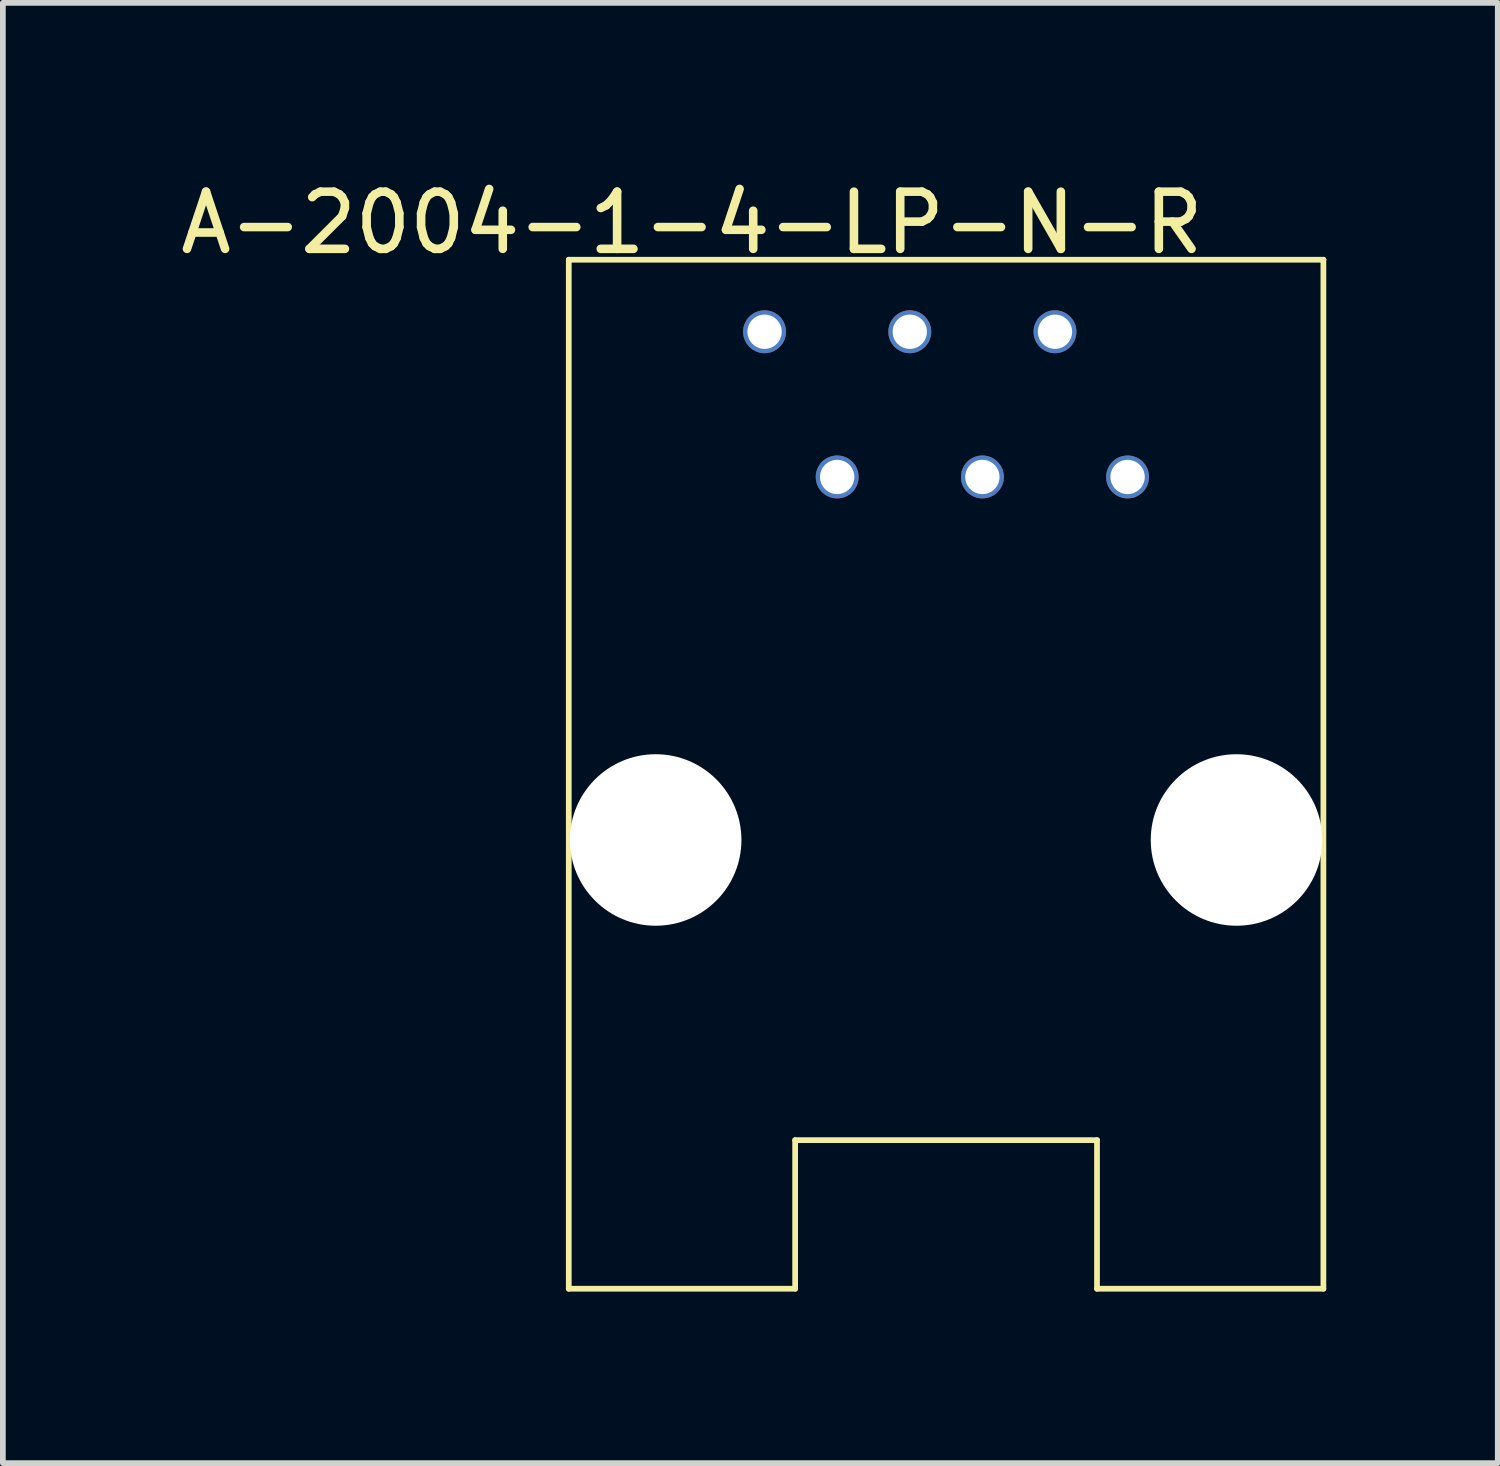
<source format=kicad_pcb>
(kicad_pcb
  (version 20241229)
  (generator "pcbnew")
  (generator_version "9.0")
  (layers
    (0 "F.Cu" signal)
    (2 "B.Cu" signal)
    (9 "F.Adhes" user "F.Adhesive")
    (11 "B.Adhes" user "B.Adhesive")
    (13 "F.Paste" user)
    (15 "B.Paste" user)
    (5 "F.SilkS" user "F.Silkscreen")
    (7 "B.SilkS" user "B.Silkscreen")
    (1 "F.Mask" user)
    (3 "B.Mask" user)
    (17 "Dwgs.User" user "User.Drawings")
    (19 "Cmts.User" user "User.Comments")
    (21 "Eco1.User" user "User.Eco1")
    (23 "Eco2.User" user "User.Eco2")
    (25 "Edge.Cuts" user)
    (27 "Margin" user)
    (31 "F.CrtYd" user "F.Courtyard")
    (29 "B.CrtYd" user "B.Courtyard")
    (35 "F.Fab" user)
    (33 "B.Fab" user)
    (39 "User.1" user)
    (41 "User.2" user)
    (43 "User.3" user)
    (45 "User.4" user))
  (footprint "A-2004-1-4-LP-N-R"
    (layer "F.Cu")
    (at 10.324 2.753)
    (property "Reference" "A-2004-1-4-LP-N-R" (at -1.27 -1.905 0) (layer "F.SilkS") (effects (font (size 1 1) (thickness 0.15))))
    (attr through_hole)
    (fp_line (start -3.425 -1.26) (end 9.775 -1.26) (stroke (width 0.1) (type solid)) (layer "F.SilkS"))
    (fp_line (start -3.425 16.74) (end -3.425 -1.26) (stroke (width 0.1) (type solid)) (layer "F.SilkS"))
    (fp_line (start -3.425 16.74) (end 0.535 16.74) (stroke (width 0.1) (type solid)) (layer "F.SilkS"))
    (fp_line (start 0.535 14.14) (end 5.815 14.14) (stroke (width 0.1) (type solid)) (layer "F.SilkS"))
    (fp_line (start 0.535 16.74) (end 0.535 14.14) (stroke (width 0.1) (type solid)) (layer "F.SilkS"))
    (fp_line (start 5.815 16.74) (end 5.815 14.14) (stroke (width 0.1) (type solid)) (layer "F.SilkS"))
    (fp_line (start 5.815 16.74) (end 9.775 16.74) (stroke (width 0.1) (type solid)) (layer "F.SilkS"))
    (fp_line (start 9.775 -1.26) (end 9.775 16.74) (stroke (width 0.1) (type solid)) (layer "F.SilkS"))
    (pad "" np_thru_hole circle (at -1.905 8.89) (size 3 3) (drill 3) (layers "*.Cu" "*.Mask"))
    (pad "" np_thru_hole circle (at 8.255 8.89) (size 3 3) (drill 3) (layers "*.Cu" "*.Mask"))
    (pad "1" thru_hole circle (at 0 0) (size 0.75 0.75) (drill 0.6) (layers "*.Cu" "*.Mask"))
    (pad "2" thru_hole circle (at 1.27 2.54) (size 0.75 0.75) (drill 0.6) (layers "*.Cu" "*.Mask"))
    (pad "3" thru_hole circle (at 2.54 0) (size 0.75 0.75) (drill 0.6) (layers "*.Cu" "*.Mask"))
    (pad "4" thru_hole circle (at 3.81 2.54) (size 0.75 0.75) (drill 0.6) (layers "*.Cu" "*.Mask"))
    (pad "5" thru_hole circle (at 5.08 0) (size 0.75 0.75) (drill 0.6) (layers "*.Cu" "*.Mask"))
    (pad "6" thru_hole circle (at 6.35 2.54) (size 0.75 0.75) (drill 0.6) (layers "*.Cu" "*.Mask")))
  (gr_rect
    (start -3 -3)
    (end 23.149 22.543)
    (stroke (width 0.1) (type default))
    (fill no)
    (layer "Edge.Cuts")))
</source>
